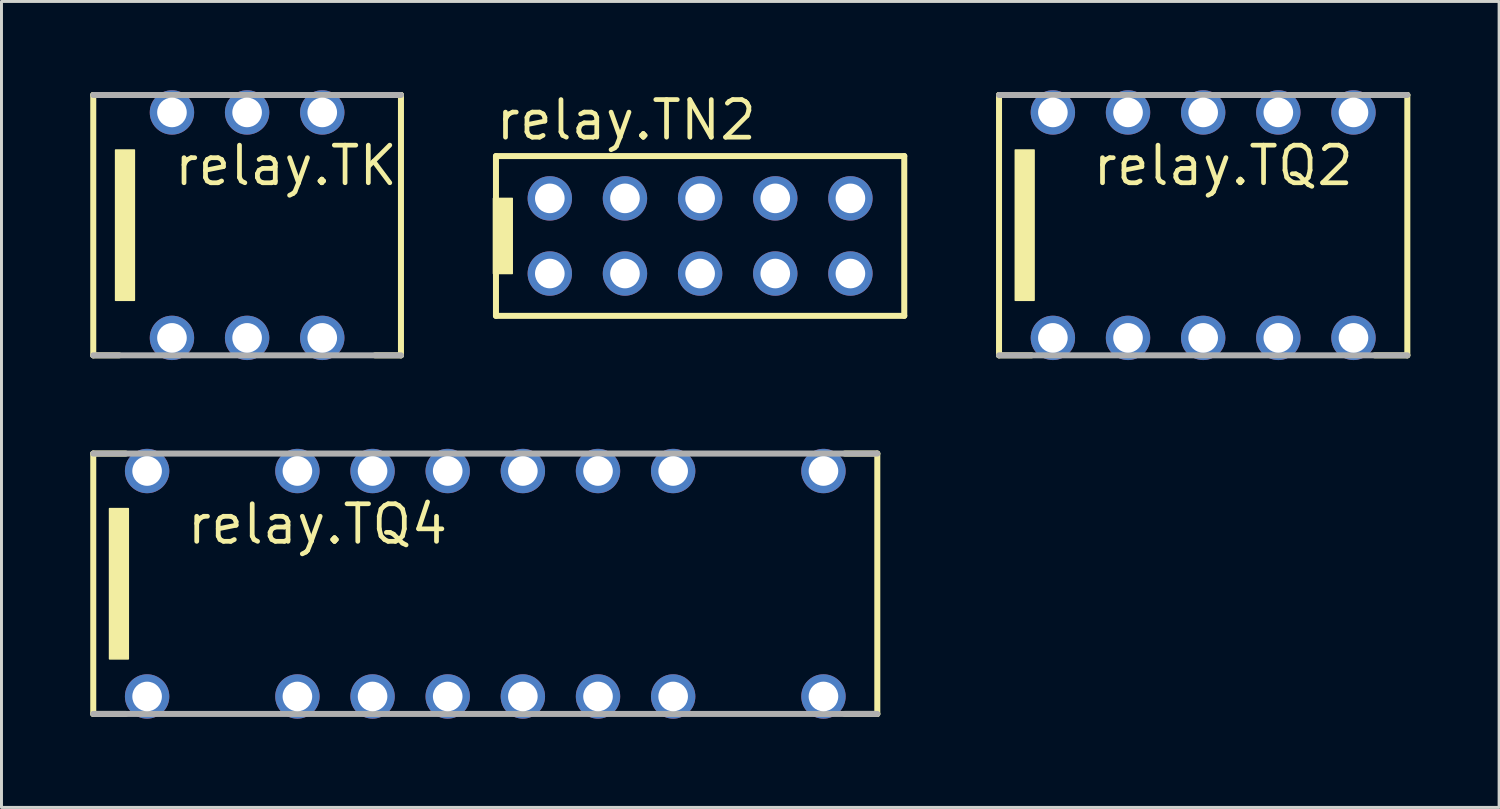
<source format=kicad_pcb>
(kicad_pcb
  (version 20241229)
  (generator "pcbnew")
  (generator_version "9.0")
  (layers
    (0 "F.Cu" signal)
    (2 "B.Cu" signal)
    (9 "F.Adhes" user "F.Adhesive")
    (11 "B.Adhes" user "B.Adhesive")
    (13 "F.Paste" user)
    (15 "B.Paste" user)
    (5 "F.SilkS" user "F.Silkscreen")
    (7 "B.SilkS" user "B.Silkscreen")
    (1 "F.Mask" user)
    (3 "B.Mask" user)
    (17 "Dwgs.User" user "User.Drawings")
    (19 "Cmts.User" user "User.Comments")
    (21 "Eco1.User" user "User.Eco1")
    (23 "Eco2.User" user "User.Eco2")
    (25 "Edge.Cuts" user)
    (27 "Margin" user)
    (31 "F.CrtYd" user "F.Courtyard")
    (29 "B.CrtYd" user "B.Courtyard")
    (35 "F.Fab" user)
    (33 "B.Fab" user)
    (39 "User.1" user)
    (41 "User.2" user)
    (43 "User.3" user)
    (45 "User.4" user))
  (footprint "relay.TN2"
    (layer "F.Cu")
    (at 20.613 4.925)
    (property "Reference" "relay.TN2" (at -6.985 -3.175 0) (layer "F.SilkS") (effects (font (size 1.27 1.27) (thickness 0.16)) (justify left bottom)))
    (attr through_hole)
    (fp_line (start -6.9 -2.7) (end 6.9 -2.7) (stroke (width 0.203) (type default)) (layer "F.SilkS"))
    (fp_line (start -6.9 2.7) (end -6.9 -2.7) (stroke (width 0.203) (type default)) (layer "F.SilkS"))
    (fp_line (start 6.9 -2.7) (end 6.9 2.7) (stroke (width 0.203) (type default)) (layer "F.SilkS"))
    (fp_line (start 6.9 2.7) (end -6.9 2.7) (stroke (width 0.203) (type default)) (layer "F.SilkS"))
    (fp_rect (start -6.985 1.27) (end -6.35 -1.27) (stroke (width 0.05) (type default)) (fill yes) (layer "F.SilkS"))
    (pad "1" thru_hole circle (at -5.08 1.27) (size 1.5 1.5) (drill 1) (layers "*.Cu" "*.Mask"))
    (pad "2" thru_hole circle (at -2.54 1.27) (size 1.5 1.5) (drill 1) (layers "*.Cu" "*.Mask"))
    (pad "3" thru_hole circle (at 0 1.27) (size 1.5 1.5) (drill 1) (layers "*.Cu" "*.Mask"))
    (pad "4" thru_hole circle (at 2.54 1.27) (size 1.5 1.5) (drill 1) (layers "*.Cu" "*.Mask"))
    (pad "5" thru_hole circle (at 5.08 1.27) (size 1.5 1.5) (drill 1) (layers "*.Cu" "*.Mask"))
    (pad "6" thru_hole circle (at 5.08 -1.27) (size 1.5 1.5) (drill 1) (layers "*.Cu" "*.Mask"))
    (pad "7" thru_hole circle (at 2.54 -1.27) (size 1.5 1.5) (drill 1) (layers "*.Cu" "*.Mask"))
    (pad "8" thru_hole circle (at 0 -1.27) (size 1.5 1.5) (drill 1) (layers "*.Cu" "*.Mask"))
    (pad "9" thru_hole circle (at -2.54 -1.27) (size 1.5 1.5) (drill 1) (layers "*.Cu" "*.Mask"))
    (pad "10" thru_hole circle (at -5.08 -1.27) (size 1.5 1.5) (drill 1) (layers "*.Cu" "*.Mask")))
  (footprint "relay.TQ2"
    (layer "F.Cu")
    (at 37.616 4.56)
    (property "Reference" "relay.TQ2" (at -3.81 -1.27 0) (layer "F.SilkS") (effects (font (size 1.27 1.27) (thickness 0.16)) (justify left bottom)))
    (attr through_hole)
    (fp_line (start -6.9 -4.4) (end -5.8 -4.4) (stroke (width 0.203) (type default)) (layer "F.SilkS"))
    (fp_line (start -6.9 4.4) (end -6.9 -4.4) (stroke (width 0.203) (type default)) (layer "F.SilkS"))
    (fp_line (start -5.8 4.4) (end -6.9 4.4) (stroke (width 0.203) (type default)) (layer "F.SilkS"))
    (fp_line (start 5.8 -4.4) (end 6.9 -4.4) (stroke (width 0.203) (type default)) (layer "F.SilkS"))
    (fp_line (start 6.9 -4.4) (end 6.9 4.4) (stroke (width 0.203) (type default)) (layer "F.SilkS"))
    (fp_line (start 6.9 4.4) (end 5.8 4.4) (stroke (width 0.203) (type default)) (layer "F.SilkS"))
    (fp_rect (start -6.35 2.54) (end -5.715 -2.54) (stroke (width 0.05) (type default)) (fill yes) (layer "F.SilkS"))
    (fp_line (start -6.9 -4.4) (end 6.9 -4.4) (stroke (width 0.203) (type default)) (layer "F.Fab"))
    (fp_line (start 6.9 4.4) (end -6.9 4.4) (stroke (width 0.203) (type default)) (layer "F.Fab"))
    (pad "1" thru_hole circle (at -5.08 3.81) (size 1.5 1.5) (drill 1) (layers "*.Cu" "*.Mask"))
    (pad "2" thru_hole circle (at -2.54 3.81) (size 1.5 1.5) (drill 1) (layers "*.Cu" "*.Mask"))
    (pad "3" thru_hole circle (at 0 3.81) (size 1.5 1.5) (drill 1) (layers "*.Cu" "*.Mask"))
    (pad "4" thru_hole circle (at 2.54 3.81) (size 1.5 1.5) (drill 1) (layers "*.Cu" "*.Mask"))
    (pad "5" thru_hole circle (at 5.08 3.81) (size 1.5 1.5) (drill 1) (layers "*.Cu" "*.Mask"))
    (pad "6" thru_hole circle (at 5.08 -3.81) (size 1.5 1.5) (drill 1) (layers "*.Cu" "*.Mask"))
    (pad "7" thru_hole circle (at 2.54 -3.81) (size 1.5 1.5) (drill 1) (layers "*.Cu" "*.Mask"))
    (pad "8" thru_hole circle (at 0 -3.81) (size 1.5 1.5) (drill 1) (layers "*.Cu" "*.Mask"))
    (pad "9" thru_hole circle (at -2.54 -3.81) (size 1.5 1.5) (drill 1) (layers "*.Cu" "*.Mask"))
    (pad "10" thru_hole circle (at -5.08 -3.81) (size 1.5 1.5) (drill 1) (layers "*.Cu" "*.Mask")))
  (footprint "relay.TK"
    (layer "F.Cu")
    (at 5.302 4.56)
    (property "Reference" "relay.TK" (at -2.54 -1.27 0) (layer "F.SilkS") (effects (font (size 1.27 1.27) (thickness 0.16)) (justify left bottom)))
    (attr through_hole)
    (fp_line (start -5.2 -4.4) (end -4.325 -4.4) (stroke (width 0.203) (type default)) (layer "F.SilkS"))
    (fp_line (start -5.2 4.4) (end -5.2 -4.4) (stroke (width 0.203) (type default)) (layer "F.SilkS"))
    (fp_line (start -4.325 4.4) (end -5.2 4.4) (stroke (width 0.203) (type default)) (layer "F.SilkS"))
    (fp_line (start 4.325 -4.4) (end 5.2 -4.4) (stroke (width 0.203) (type default)) (layer "F.SilkS"))
    (fp_line (start 5.2 -4.4) (end 5.2 4.4) (stroke (width 0.203) (type default)) (layer "F.SilkS"))
    (fp_line (start 5.2 4.4) (end 4.325 4.4) (stroke (width 0.203) (type default)) (layer "F.SilkS"))
    (fp_rect (start -4.445 2.54) (end -3.81 -2.54) (stroke (width 0.05) (type default)) (fill yes) (layer "F.SilkS"))
    (fp_line (start -5.2 -4.4) (end 5.2 -4.4) (stroke (width 0.203) (type default)) (layer "F.Fab"))
    (fp_line (start 5.2 4.4) (end -5.2 4.4) (stroke (width 0.203) (type default)) (layer "F.Fab"))
    (pad "1" thru_hole circle (at -2.54 3.81) (size 1.5 1.5) (drill 1) (layers "*.Cu" "*.Mask"))
    (pad "2" thru_hole circle (at 0 3.81) (size 1.5 1.5) (drill 1) (layers "*.Cu" "*.Mask"))
    (pad "3" thru_hole circle (at 2.54 3.81) (size 1.5 1.5) (drill 1) (layers "*.Cu" "*.Mask"))
    (pad "4" thru_hole circle (at 2.54 -3.81) (size 1.5 1.5) (drill 1) (layers "*.Cu" "*.Mask"))
    (pad "5" thru_hole circle (at 0 -3.81) (size 1.5 1.5) (drill 1) (layers "*.Cu" "*.Mask"))
    (pad "6" thru_hole circle (at -2.54 -3.81) (size 1.5 1.5) (drill 1) (layers "*.Cu" "*.Mask")))
  (footprint "relay.TQ4"
    (layer "F.Cu")
    (at 13.352 16.68)
    (property "Reference" "relay.TQ4" (at -10.16 -1.27 0) (layer "F.SilkS") (effects (font (size 1.27 1.27) (thickness 0.16)) (justify left bottom)))
    (attr through_hole)
    (fp_line (start -13.25 -4.4) (end -12.15 -4.4) (stroke (width 0.203) (type default)) (layer "F.SilkS"))
    (fp_line (start -13.25 4.4) (end -13.25 -4.4) (stroke (width 0.203) (type default)) (layer "F.SilkS"))
    (fp_line (start -12.15 4.4) (end -13.25 4.4) (stroke (width 0.203) (type default)) (layer "F.SilkS"))
    (fp_line (start 12.15 -4.4) (end 13.25 -4.4) (stroke (width 0.203) (type default)) (layer "F.SilkS"))
    (fp_line (start 13.25 -4.4) (end 13.25 4.4) (stroke (width 0.203) (type default)) (layer "F.SilkS"))
    (fp_line (start 13.25 4.4) (end 12.15 4.4) (stroke (width 0.203) (type default)) (layer "F.SilkS"))
    (fp_rect (start -12.7 2.54) (end -12.065 -2.54) (stroke (width 0.05) (type default)) (fill yes) (layer "F.SilkS"))
    (fp_line (start -13.25 -4.4) (end 13.25 -4.4) (stroke (width 0.203) (type default)) (layer "F.Fab"))
    (fp_line (start 13.25 4.4) (end -13.25 4.4) (stroke (width 0.203) (type default)) (layer "F.Fab"))
    (pad "1" thru_hole circle (at -11.43 3.81) (size 1.5 1.5) (drill 1) (layers "*.Cu" "*.Mask"))
    (pad "3" thru_hole circle (at -6.35 3.81) (size 1.5 1.5) (drill 1) (layers "*.Cu" "*.Mask"))
    (pad "4" thru_hole circle (at -3.81 3.81) (size 1.5 1.5) (drill 1) (layers "*.Cu" "*.Mask"))
    (pad "5" thru_hole circle (at -1.27 3.81) (size 1.5 1.5) (drill 1) (layers "*.Cu" "*.Mask"))
    (pad "6" thru_hole circle (at 1.27 3.81) (size 1.5 1.5) (drill 1) (layers "*.Cu" "*.Mask"))
    (pad "7" thru_hole circle (at 3.81 3.81) (size 1.5 1.5) (drill 1) (layers "*.Cu" "*.Mask"))
    (pad "8" thru_hole circle (at 6.35 3.81) (size 1.5 1.5) (drill 1) (layers "*.Cu" "*.Mask"))
    (pad "10" thru_hole circle (at 11.43 3.81) (size 1.5 1.5) (drill 1) (layers "*.Cu" "*.Mask"))
    (pad "11" thru_hole circle (at 11.43 -3.81 180) (size 1.5 1.5) (drill 1) (layers "*.Cu" "*.Mask"))
    (pad "13" thru_hole circle (at 6.35 -3.81 180) (size 1.5 1.5) (drill 1) (layers "*.Cu" "*.Mask"))
    (pad "14" thru_hole circle (at 3.81 -3.81 180) (size 1.5 1.5) (drill 1) (layers "*.Cu" "*.Mask"))
    (pad "15" thru_hole circle (at 1.27 -3.81 180) (size 1.5 1.5) (drill 1) (layers "*.Cu" "*.Mask"))
    (pad "16" thru_hole circle (at -1.27 -3.81 180) (size 1.5 1.5) (drill 1) (layers "*.Cu" "*.Mask"))
    (pad "17" thru_hole circle (at -3.81 -3.81 180) (size 1.5 1.5) (drill 1) (layers "*.Cu" "*.Mask"))
    (pad "18" thru_hole circle (at -6.35 -3.81 180) (size 1.5 1.5) (drill 1) (layers "*.Cu" "*.Mask"))
    (pad "20" thru_hole circle (at -11.43 -3.81 180) (size 1.5 1.5) (drill 1) (layers "*.Cu" "*.Mask")))
  (gr_rect
    (start -3 -3)
    (end 47.618 24.24)
    (stroke (width 0.1) (type default))
    (fill no)
    (layer "Edge.Cuts")))
</source>
